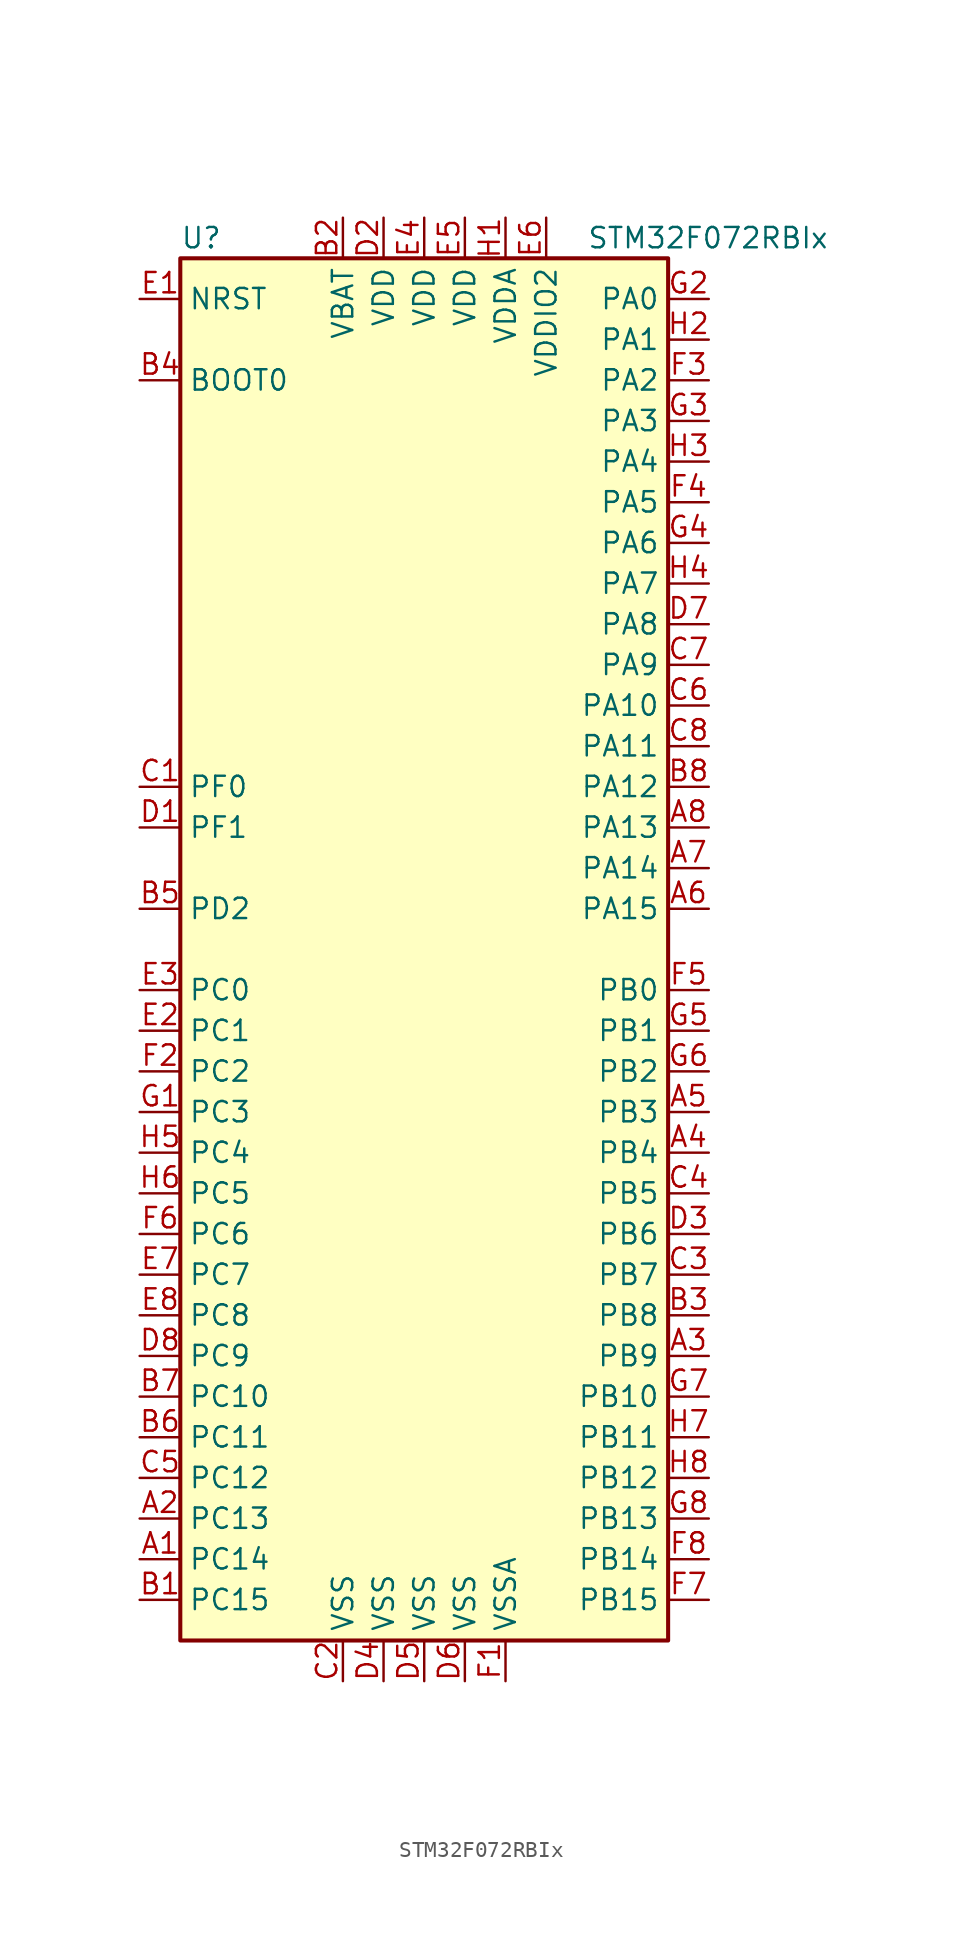
<source format=kicad_sym>
(kicad_symbol_lib
  (version 20211014)
  (generator kicad_symbol_editor)
  (symbol "STM32F072RBIx"
    (property "Reference" "U"
      (at -15.24 44.45 0)
      (effects (font (size 1.27 1.27)) (justify left)))
    (property "Value" "STM32F072RBIx"
      (at 10.16 44.45 0)
      (effects (font (size 1.27 1.27)) (justify left)))
    (symbol "STM32F072RBIx_0_1"
      (rectangle (start -15.24 -43.18) (end 15.24 43.18) (stroke (width 0.254) (type default) (color 0 0 0 0)) (fill (type background))))
    (symbol "STM32F072RBIx_1_1"
      (pin bidirectional line (at -17.78 -38.1 0) (length 2.54) (name "PC14" (effects (font (size 1.27 1.27)))) (number "A1" (effects (font (size 1.27 1.27)))))
      (pin bidirectional line (at -17.78 -35.56 0) (length 2.54) (name "PC13" (effects (font (size 1.27 1.27)))) (number "A2" (effects (font (size 1.27 1.27)))))
      (pin bidirectional line (at 17.78 -25.4 180) (length 2.54) (name "PB9" (effects (font (size 1.27 1.27)))) (number "A3" (effects (font (size 1.27 1.27)))))
      (pin bidirectional line (at 17.78 -12.7 180) (length 2.54) (name "PB4" (effects (font (size 1.27 1.27)))) (number "A4" (effects (font (size 1.27 1.27)))))
      (pin bidirectional line (at 17.78 -10.16 180) (length 2.54) (name "PB3" (effects (font (size 1.27 1.27)))) (number "A5" (effects (font (size 1.27 1.27)))))
      (pin bidirectional line (at 17.78 2.54 180) (length 2.54) (name "PA15" (effects (font (size 1.27 1.27)))) (number "A6" (effects (font (size 1.27 1.27)))))
      (pin bidirectional line (at 17.78 5.08 180) (length 2.54) (name "PA14" (effects (font (size 1.27 1.27)))) (number "A7" (effects (font (size 1.27 1.27)))))
      (pin bidirectional line (at 17.78 7.62 180) (length 2.54) (name "PA13" (effects (font (size 1.27 1.27)))) (number "A8" (effects (font (size 1.27 1.27)))))
      (pin bidirectional line (at -17.78 -40.64 0) (length 2.54) (name "PC15" (effects (font (size 1.27 1.27)))) (number "B1" (effects (font (size 1.27 1.27)))))
      (pin power_in line (at -5.08 45.72 270) (length 2.54) (name "VBAT" (effects (font (size 1.27 1.27)))) (number "B2" (effects (font (size 1.27 1.27)))))
      (pin bidirectional line (at 17.78 -22.86 180) (length 2.54) (name "PB8" (effects (font (size 1.27 1.27)))) (number "B3" (effects (font (size 1.27 1.27)))))
      (pin input line (at -17.78 35.56 0) (length 2.54) (name "BOOT0" (effects (font (size 1.27 1.27)))) (number "B4" (effects (font (size 1.27 1.27)))))
      (pin bidirectional line (at -17.78 2.54 0) (length 2.54) (name "PD2" (effects (font (size 1.27 1.27)))) (number "B5" (effects (font (size 1.27 1.27)))))
      (pin bidirectional line (at -17.78 -30.48 0) (length 2.54) (name "PC11" (effects (font (size 1.27 1.27)))) (number "B6" (effects (font (size 1.27 1.27)))))
      (pin bidirectional line (at -17.78 -27.94 0) (length 2.54) (name "PC10" (effects (font (size 1.27 1.27)))) (number "B7" (effects (font (size 1.27 1.27)))))
      (pin bidirectional line (at 17.78 10.16 180) (length 2.54) (name "PA12" (effects (font (size 1.27 1.27)))) (number "B8" (effects (font (size 1.27 1.27)))))
      (pin input line (at -17.78 10.16 0) (length 2.54) (name "PF0" (effects (font (size 1.27 1.27)))) (number "C1" (effects (font (size 1.27 1.27)))))
      (pin power_in line (at -5.08 -45.72 90) (length 2.54) (name "VSS" (effects (font (size 1.27 1.27)))) (number "C2" (effects (font (size 1.27 1.27)))))
      (pin bidirectional line (at 17.78 -20.32 180) (length 2.54) (name "PB7" (effects (font (size 1.27 1.27)))) (number "C3" (effects (font (size 1.27 1.27)))))
      (pin bidirectional line (at 17.78 -15.24 180) (length 2.54) (name "PB5" (effects (font (size 1.27 1.27)))) (number "C4" (effects (font (size 1.27 1.27)))))
      (pin bidirectional line (at -17.78 -33.02 0) (length 2.54) (name "PC12" (effects (font (size 1.27 1.27)))) (number "C5" (effects (font (size 1.27 1.27)))))
      (pin bidirectional line (at 17.78 15.24 180) (length 2.54) (name "PA10" (effects (font (size 1.27 1.27)))) (number "C6" (effects (font (size 1.27 1.27)))))
      (pin bidirectional line (at 17.78 17.78 180) (length 2.54) (name "PA9" (effects (font (size 1.27 1.27)))) (number "C7" (effects (font (size 1.27 1.27)))))
      (pin bidirectional line (at 17.78 12.7 180) (length 2.54) (name "PA11" (effects (font (size 1.27 1.27)))) (number "C8" (effects (font (size 1.27 1.27)))))
      (pin input line (at -17.78 7.62 0) (length 2.54) (name "PF1" (effects (font (size 1.27 1.27)))) (number "D1" (effects (font (size 1.27 1.27)))))
      (pin power_in line (at -2.54 45.72 270) (length 2.54) (name "VDD" (effects (font (size 1.27 1.27)))) (number "D2" (effects (font (size 1.27 1.27)))))
      (pin bidirectional line (at 17.78 -17.78 180) (length 2.54) (name "PB6" (effects (font (size 1.27 1.27)))) (number "D3" (effects (font (size 1.27 1.27)))))
      (pin power_in line (at -2.54 -45.72 90) (length 2.54) (name "VSS" (effects (font (size 1.27 1.27)))) (number "D4" (effects (font (size 1.27 1.27)))))
      (pin power_in line (at 0 -45.72 90) (length 2.54) (name "VSS" (effects (font (size 1.27 1.27)))) (number "D5" (effects (font (size 1.27 1.27)))))
      (pin power_in line (at 2.54 -45.72 90) (length 2.54) (name "VSS" (effects (font (size 1.27 1.27)))) (number "D6" (effects (font (size 1.27 1.27)))))
      (pin bidirectional line (at 17.78 20.32 180) (length 2.54) (name "PA8" (effects (font (size 1.27 1.27)))) (number "D7" (effects (font (size 1.27 1.27)))))
      (pin bidirectional line (at -17.78 -25.4 0) (length 2.54) (name "PC9" (effects (font (size 1.27 1.27)))) (number "D8" (effects (font (size 1.27 1.27)))))
      (pin input line (at -17.78 40.64 0) (length 2.54) (name "NRST" (effects (font (size 1.27 1.27)))) (number "E1" (effects (font (size 1.27 1.27)))))
      (pin bidirectional line (at -17.78 -5.08 0) (length 2.54) (name "PC1" (effects (font (size 1.27 1.27)))) (number "E2" (effects (font (size 1.27 1.27)))))
      (pin bidirectional line (at -17.78 -2.54 0) (length 2.54) (name "PC0" (effects (font (size 1.27 1.27)))) (number "E3" (effects (font (size 1.27 1.27)))))
      (pin power_in line (at 0 45.72 270) (length 2.54) (name "VDD" (effects (font (size 1.27 1.27)))) (number "E4" (effects (font (size 1.27 1.27)))))
      (pin power_in line (at 2.54 45.72 270) (length 2.54) (name "VDD" (effects (font (size 1.27 1.27)))) (number "E5" (effects (font (size 1.27 1.27)))))
      (pin power_in line (at 7.62 45.72 270) (length 2.54) (name "VDDIO2" (effects (font (size 1.27 1.27)))) (number "E6" (effects (font (size 1.27 1.27)))))
      (pin bidirectional line (at -17.78 -20.32 0) (length 2.54) (name "PC7" (effects (font (size 1.27 1.27)))) (number "E7" (effects (font (size 1.27 1.27)))))
      (pin bidirectional line (at -17.78 -22.86 0) (length 2.54) (name "PC8" (effects (font (size 1.27 1.27)))) (number "E8" (effects (font (size 1.27 1.27)))))
      (pin power_in line (at 5.08 -45.72 90) (length 2.54) (name "VSSA" (effects (font (size 1.27 1.27)))) (number "F1" (effects (font (size 1.27 1.27)))))
      (pin bidirectional line (at -17.78 -7.62 0) (length 2.54) (name "PC2" (effects (font (size 1.27 1.27)))) (number "F2" (effects (font (size 1.27 1.27)))))
      (pin bidirectional line (at 17.78 35.56 180) (length 2.54) (name "PA2" (effects (font (size 1.27 1.27)))) (number "F3" (effects (font (size 1.27 1.27)))))
      (pin bidirectional line (at 17.78 27.94 180) (length 2.54) (name "PA5" (effects (font (size 1.27 1.27)))) (number "F4" (effects (font (size 1.27 1.27)))))
      (pin bidirectional line (at 17.78 -2.54 180) (length 2.54) (name "PB0" (effects (font (size 1.27 1.27)))) (number "F5" (effects (font (size 1.27 1.27)))))
      (pin bidirectional line (at -17.78 -17.78 0) (length 2.54) (name "PC6" (effects (font (size 1.27 1.27)))) (number "F6" (effects (font (size 1.27 1.27)))))
      (pin bidirectional line (at 17.78 -40.64 180) (length 2.54) (name "PB15" (effects (font (size 1.27 1.27)))) (number "F7" (effects (font (size 1.27 1.27)))))
      (pin bidirectional line (at 17.78 -38.1 180) (length 2.54) (name "PB14" (effects (font (size 1.27 1.27)))) (number "F8" (effects (font (size 1.27 1.27)))))
      (pin bidirectional line (at -17.78 -10.16 0) (length 2.54) (name "PC3" (effects (font (size 1.27 1.27)))) (number "G1" (effects (font (size 1.27 1.27)))))
      (pin bidirectional line (at 17.78 40.64 180) (length 2.54) (name "PA0" (effects (font (size 1.27 1.27)))) (number "G2" (effects (font (size 1.27 1.27)))))
      (pin bidirectional line (at 17.78 33.02 180) (length 2.54) (name "PA3" (effects (font (size 1.27 1.27)))) (number "G3" (effects (font (size 1.27 1.27)))))
      (pin bidirectional line (at 17.78 25.4 180) (length 2.54) (name "PA6" (effects (font (size 1.27 1.27)))) (number "G4" (effects (font (size 1.27 1.27)))))
      (pin bidirectional line (at 17.78 -5.08 180) (length 2.54) (name "PB1" (effects (font (size 1.27 1.27)))) (number "G5" (effects (font (size 1.27 1.27)))))
      (pin bidirectional line (at 17.78 -7.62 180) (length 2.54) (name "PB2" (effects (font (size 1.27 1.27)))) (number "G6" (effects (font (size 1.27 1.27)))))
      (pin bidirectional line (at 17.78 -27.94 180) (length 2.54) (name "PB10" (effects (font (size 1.27 1.27)))) (number "G7" (effects (font (size 1.27 1.27)))))
      (pin bidirectional line (at 17.78 -35.56 180) (length 2.54) (name "PB13" (effects (font (size 1.27 1.27)))) (number "G8" (effects (font (size 1.27 1.27)))))
      (pin power_in line (at 5.08 45.72 270) (length 2.54) (name "VDDA" (effects (font (size 1.27 1.27)))) (number "H1" (effects (font (size 1.27 1.27)))))
      (pin bidirectional line (at 17.78 38.1 180) (length 2.54) (name "PA1" (effects (font (size 1.27 1.27)))) (number "H2" (effects (font (size 1.27 1.27)))))
      (pin bidirectional line (at 17.78 30.48 180) (length 2.54) (name "PA4" (effects (font (size 1.27 1.27)))) (number "H3" (effects (font (size 1.27 1.27)))))
      (pin bidirectional line (at 17.78 22.86 180) (length 2.54) (name "PA7" (effects (font (size 1.27 1.27)))) (number "H4" (effects (font (size 1.27 1.27)))))
      (pin bidirectional line (at -17.78 -12.7 0) (length 2.54) (name "PC4" (effects (font (size 1.27 1.27)))) (number "H5" (effects (font (size 1.27 1.27)))))
      (pin bidirectional line (at -17.78 -15.24 0) (length 2.54) (name "PC5" (effects (font (size 1.27 1.27)))) (number "H6" (effects (font (size 1.27 1.27)))))
      (pin bidirectional line (at 17.78 -30.48 180) (length 2.54) (name "PB11" (effects (font (size 1.27 1.27)))) (number "H7" (effects (font (size 1.27 1.27)))))
      (pin bidirectional line (at 17.78 -33.02 180) (length 2.54) (name "PB12" (effects (font (size 1.27 1.27)))) (number "H8" (effects (font (size 1.27 1.27))))))))
</source>
